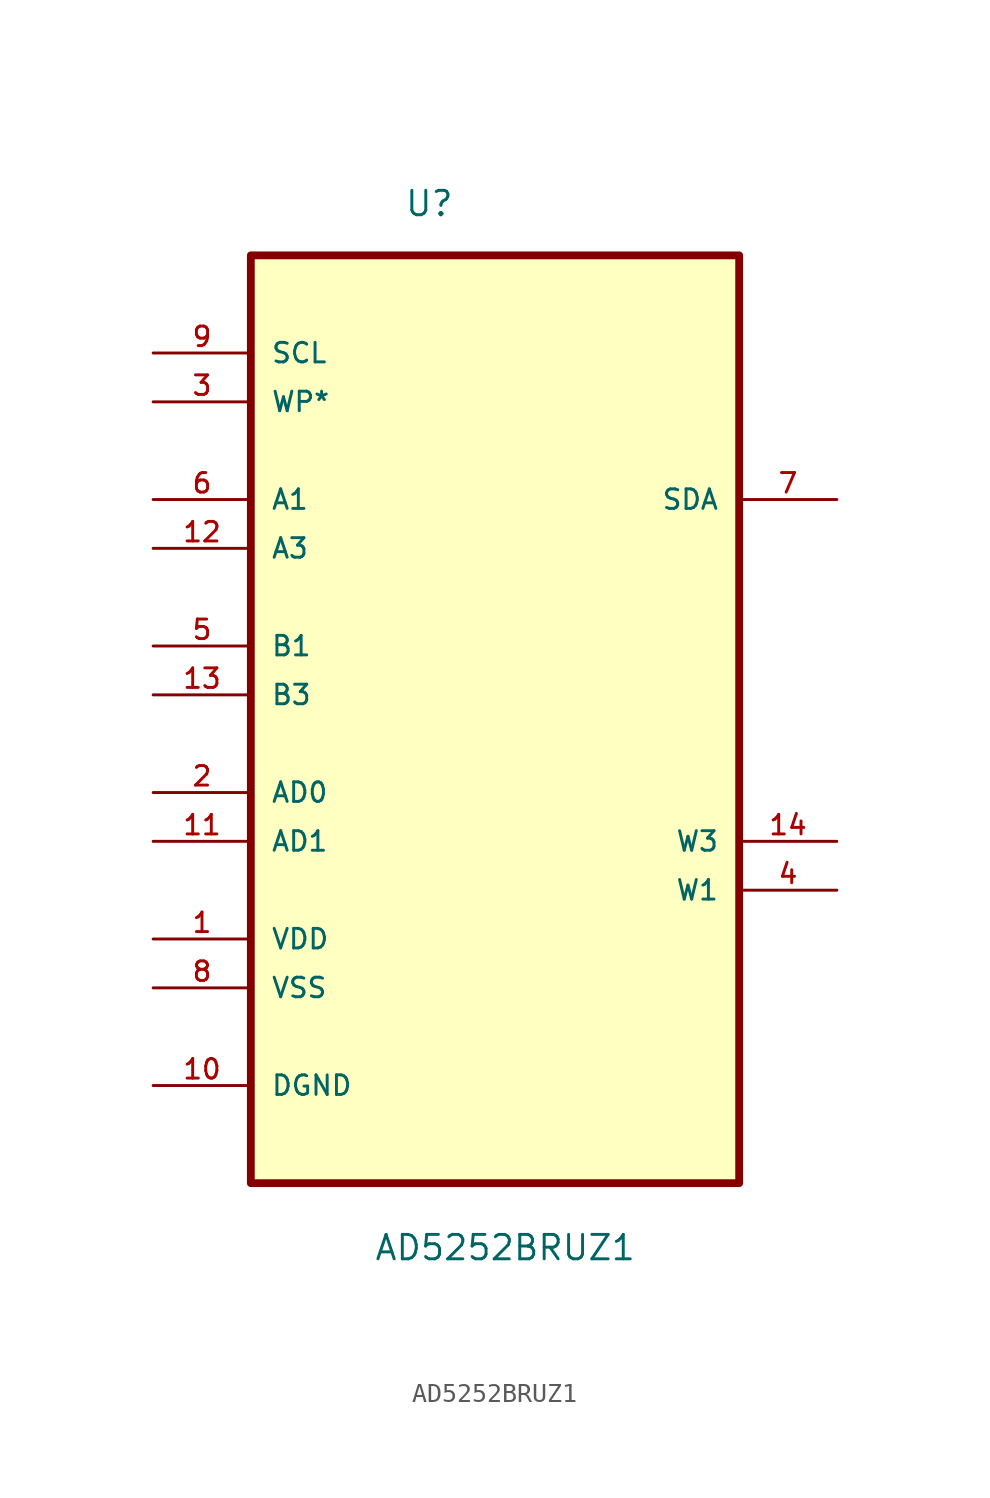
<source format=kicad_sym>
(kicad_symbol_lib
  (version 20211014)
  (generator kicad_symbol_editor)
  (symbol "AD5252BRUZ1"
    (pin_names
      (offset 1.016))
    (property "Reference" "U"
      (at -4.728 22.268 0.0)
      (effects (font (size 1.27 1.27)) (justify bottom left)))
    (property "Value" "AD5252BRUZ1"
      (at -6.311 -32.037 0.0)
      (effects (font (size 1.27 1.27)) (justify bottom left)))
    (symbol "AD5252BRUZ1_0_0"
      (rectangle (start -12.7 -27.94) (end 12.7 20.32) (stroke (width 0.406)) (fill (type background)))
      (pin passive line (at -17.78 15.24 0) (length 5.08) (name "SCL" (effects (font (size 1.016 1.016)))) (number "9" (effects (font (size 1.016 1.016)))))
      (pin passive line (at -17.78 12.7 0) (length 5.08) (name "WP*" (effects (font (size 1.016 1.016)))) (number "3" (effects (font (size 1.016 1.016)))))
      (pin passive line (at -17.78 7.62 0) (length 5.08) (name "A1" (effects (font (size 1.016 1.016)))) (number "6" (effects (font (size 1.016 1.016)))))
      (pin passive line (at -17.78 5.08 0) (length 5.08) (name "A3" (effects (font (size 1.016 1.016)))) (number "12" (effects (font (size 1.016 1.016)))))
      (pin passive line (at -17.78 0.0 0) (length 5.08) (name "B1" (effects (font (size 1.016 1.016)))) (number "5" (effects (font (size 1.016 1.016)))))
      (pin passive line (at -17.78 -2.54 0) (length 5.08) (name "B3" (effects (font (size 1.016 1.016)))) (number "13" (effects (font (size 1.016 1.016)))))
      (pin passive line (at -17.78 -7.62 0) (length 5.08) (name "AD0" (effects (font (size 1.016 1.016)))) (number "2" (effects (font (size 1.016 1.016)))))
      (pin passive line (at -17.78 -10.16 0) (length 5.08) (name "AD1" (effects (font (size 1.016 1.016)))) (number "11" (effects (font (size 1.016 1.016)))))
      (pin power_in line (at -17.78 -15.24 0) (length 5.08) (name "VDD" (effects (font (size 1.016 1.016)))) (number "1" (effects (font (size 1.016 1.016)))))
      (pin power_in line (at -17.78 -17.78 0) (length 5.08) (name "VSS" (effects (font (size 1.016 1.016)))) (number "8" (effects (font (size 1.016 1.016)))))
      (pin passive line (at -17.78 -22.86 0) (length 5.08) (name "DGND" (effects (font (size 1.016 1.016)))) (number "10" (effects (font (size 1.016 1.016)))))
      (pin passive line (at 17.78 -12.7 180.0) (length 5.08) (name "W1" (effects (font (size 1.016 1.016)))) (number "4" (effects (font (size 1.016 1.016)))))
      (pin passive line (at 17.78 -10.16 180.0) (length 5.08) (name "W3" (effects (font (size 1.016 1.016)))) (number "14" (effects (font (size 1.016 1.016)))))
      (pin passive line (at 17.78 7.62 180.0) (length 5.08) (name "SDA" (effects (font (size 1.016 1.016)))) (number "7" (effects (font (size 1.016 1.016))))))))
</source>
